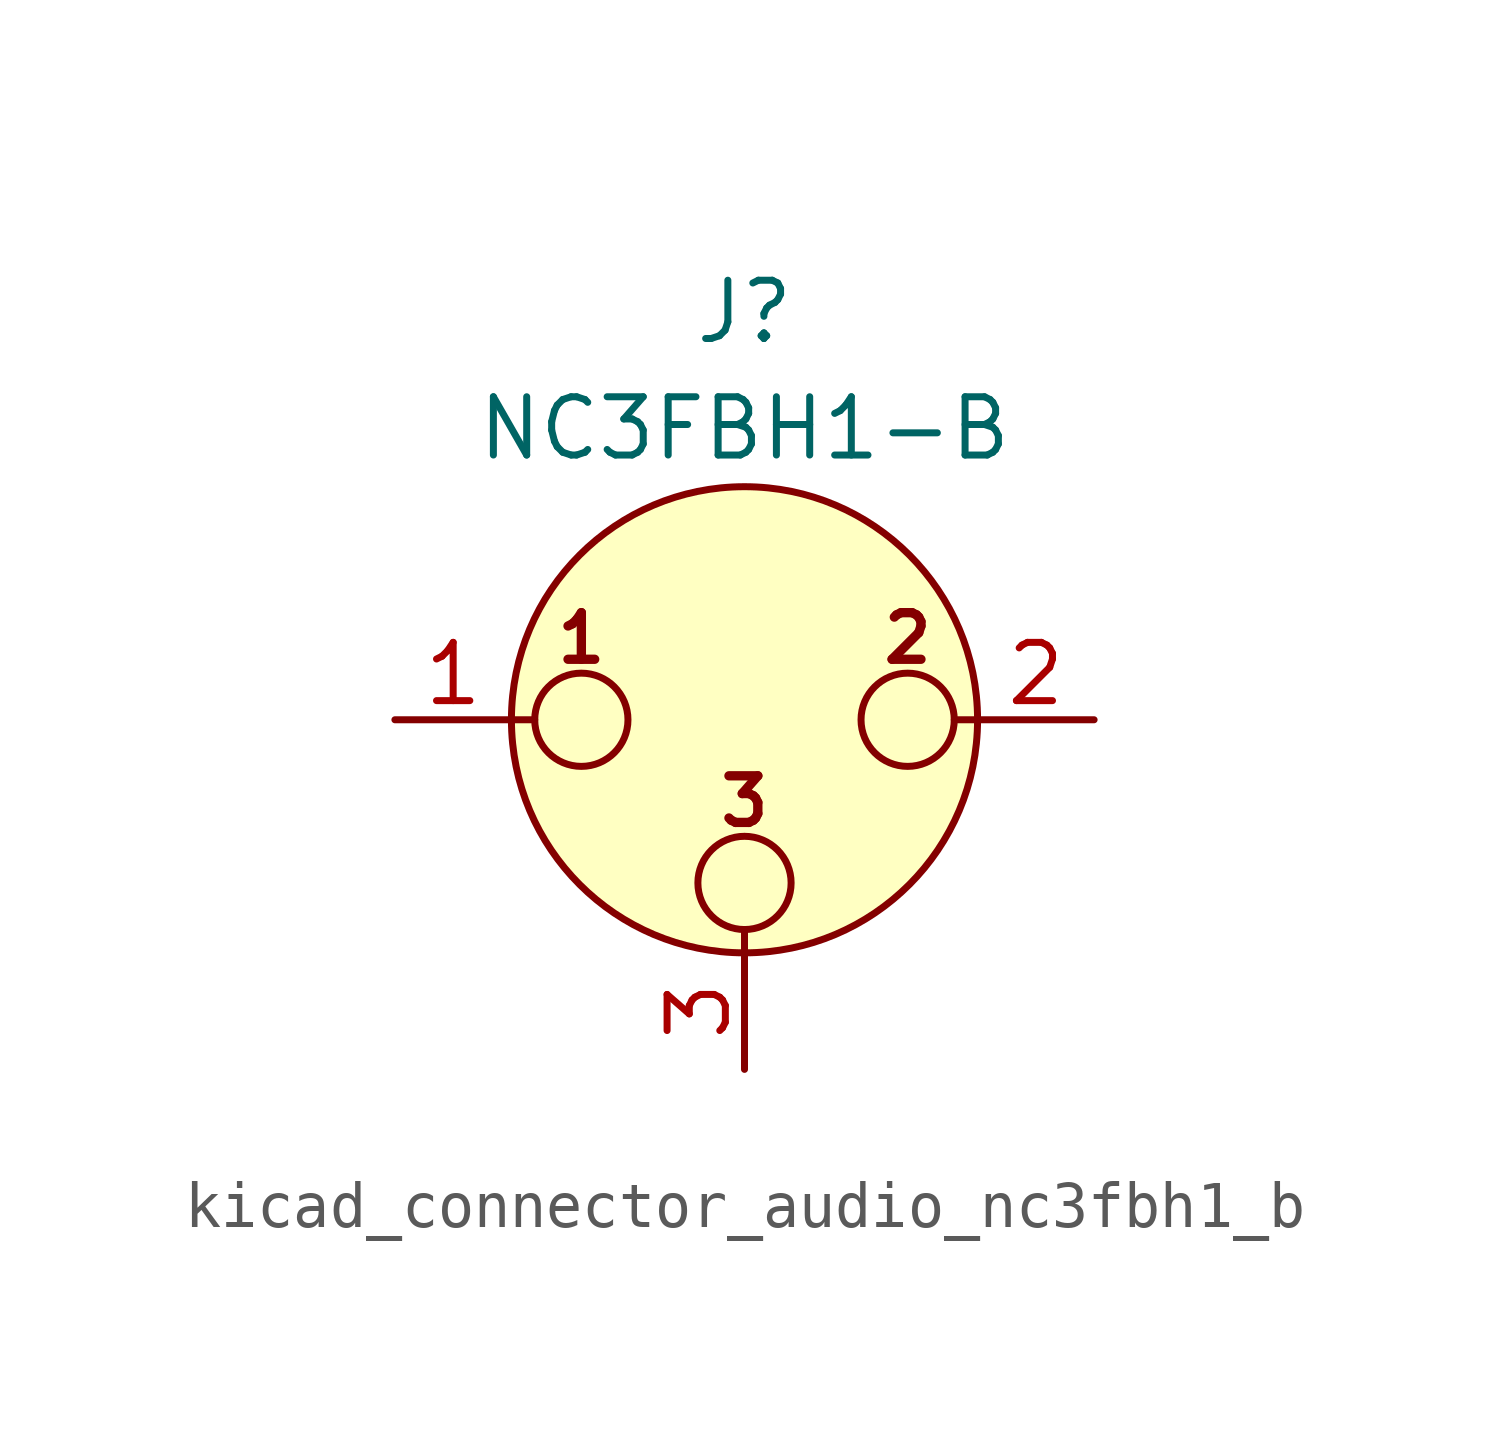
<source format=kicad_sym>
(kicad_symbol_lib
  (version 20220914)
  (generator kicad_symbol_editor)
  (symbol "kicad_connector_audio_nc3fbh1_b"
    (pin_names hide)
    (property "Reference" "J"
      (at 0 8.89 0)
      (effects (font (size 1.27 1.27))))
    (property "Value" "NC3FBH1-B"
      (at 0 6.35 0)
      (effects (font (size 1.27 1.27))))
    (symbol "kicad_connector_audio_nc3fbh1_b_0_1"
      (circle (center -3.556 0) (radius 1.016) (stroke (width 0) (type default)) (fill (type none)))
      (circle (center 0 -3.556) (radius 1.016) (stroke (width 0) (type default)) (fill (type none)))
      (polyline (pts (xy -5.08 0) (xy -4.572 0)) (stroke (width 0) (type default)) (fill (type none)))
      (polyline (pts (xy 0 -5.08) (xy 0 -4.572)) (stroke (width 0) (type default)) (fill (type none)))
      (polyline (pts (xy 5.08 0) (xy 4.572 0)) (stroke (width 0) (type default)) (fill (type none)))
      (circle (center 0 0) (radius 5.08) (stroke (width 0) (type default)) (fill (type background)))
      (circle (center 3.556 0) (radius 1.016) (stroke (width 0) (type default)) (fill (type none)))
      (text "1" (at -3.556 1.778 0) (effects (font (size 1.016 1.016) bold)))
      (text "2" (at 3.556 1.778 0) (effects (font (size 1.016 1.016) bold)))
      (text "3" (at 0 -1.778 0) (effects (font (size 1.016 1.016) bold)))
      (pin passive line (at -7.62 0 0) (length 2.54) (name "~" (effects (font (size 1.27 1.27)))) (number "1" (effects (font (size 1.27 1.27)))))
      (pin passive line (at 7.62 0 180) (length 2.54) (name "~" (effects (font (size 1.27 1.27)))) (number "2" (effects (font (size 1.27 1.27)))))
      (pin passive line (at 0 -7.62 90) (length 2.54) (name "~" (effects (font (size 1.27 1.27)))) (number "3" (effects (font (size 1.27 1.27))))))))
</source>
